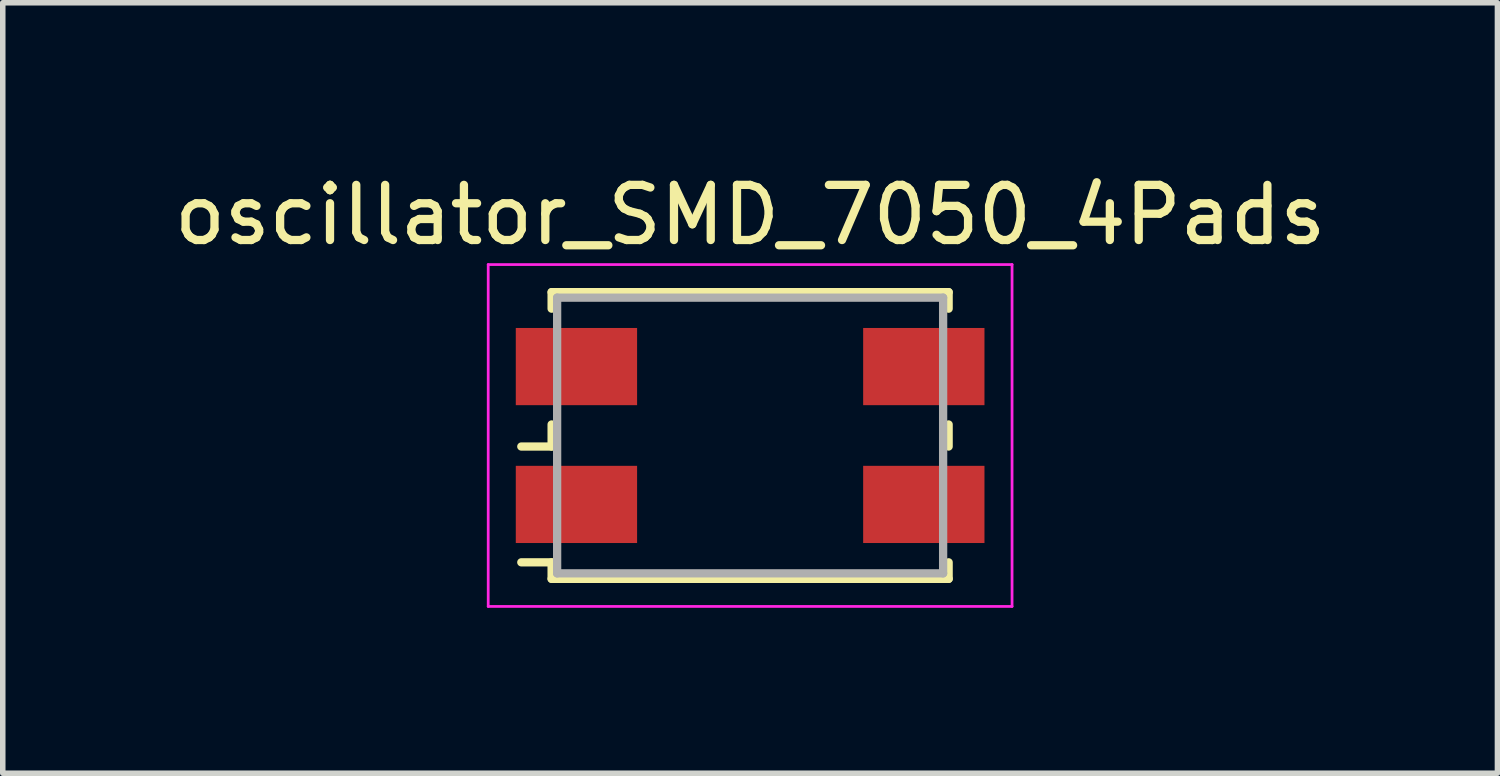
<source format=kicad_pcb>
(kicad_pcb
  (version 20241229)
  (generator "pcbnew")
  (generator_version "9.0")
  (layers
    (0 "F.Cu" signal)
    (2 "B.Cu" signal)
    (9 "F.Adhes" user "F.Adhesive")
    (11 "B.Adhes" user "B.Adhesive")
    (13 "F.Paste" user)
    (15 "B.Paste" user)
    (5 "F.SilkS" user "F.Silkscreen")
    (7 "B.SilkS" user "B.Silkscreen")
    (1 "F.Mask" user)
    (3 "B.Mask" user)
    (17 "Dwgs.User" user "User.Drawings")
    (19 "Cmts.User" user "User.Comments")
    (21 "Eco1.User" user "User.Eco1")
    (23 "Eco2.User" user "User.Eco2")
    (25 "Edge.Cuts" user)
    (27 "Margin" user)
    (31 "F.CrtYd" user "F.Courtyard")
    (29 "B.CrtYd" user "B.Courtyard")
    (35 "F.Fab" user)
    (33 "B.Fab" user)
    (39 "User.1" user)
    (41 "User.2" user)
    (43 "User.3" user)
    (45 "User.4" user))
  (footprint "oscillator_SMD_7050_4Pads"
    (layer "F.Cu")
    (at 10.554 4.848)
    (property "Reference" "oscillator_SMD_7050_4Pads" (at 0 -4 0) (layer "F.SilkS") (effects (font (size 1 1) (thickness 0.15))))
    (attr smd)
    (fp_line (start -3.6 -2.6) (end -3.6 -2.3) (stroke (width 0.15) (type solid)) (layer "F.SilkS"))
    (fp_line (start -3.6 -2.6) (end 3.6 -2.6) (stroke (width 0.15) (type solid)) (layer "F.SilkS"))
    (fp_line (start -3.6 0.2) (end -4.15 0.2) (stroke (width 0.15) (type solid)) (layer "F.SilkS"))
    (fp_line (start -3.6 0.2) (end -3.6 -0.2) (stroke (width 0.15) (type solid)) (layer "F.SilkS"))
    (fp_line (start -3.6 2.3) (end -4.15 2.3) (stroke (width 0.15) (type solid)) (layer "F.SilkS"))
    (fp_line (start -3.6 2.6) (end -3.6 2.3) (stroke (width 0.15) (type solid)) (layer "F.SilkS"))
    (fp_line (start -3.6 2.6) (end 3.6 2.6) (stroke (width 0.15) (type solid)) (layer "F.SilkS"))
    (fp_line (start 3.6 -2.6) (end 3.6 -2.3) (stroke (width 0.15) (type solid)) (layer "F.SilkS"))
    (fp_line (start 3.6 0.2) (end 3.6 -0.2) (stroke (width 0.15) (type solid)) (layer "F.SilkS"))
    (fp_line (start 3.6 2.6) (end 3.6 2.3) (stroke (width 0.15) (type solid)) (layer "F.SilkS"))
    (fp_line (start -4.75 -3.1) (end -4.75 3.1) (stroke (width 0.05) (type solid)) (layer "F.CrtYd"))
    (fp_line (start 4.75 -3.1) (end -4.75 -3.1) (stroke (width 0.05) (type solid)) (layer "F.CrtYd"))
    (fp_line (start 4.75 -3.1) (end 4.75 3.1) (stroke (width 0.05) (type solid)) (layer "F.CrtYd"))
    (fp_line (start 4.75 3.1) (end -4.75 3.1) (stroke (width 0.05) (type solid)) (layer "F.CrtYd"))
    (fp_line (start -3.5 -2.5) (end 3.5 -2.5) (stroke (width 0.15) (type solid)) (layer "F.Fab"))
    (fp_line (start -3.5 2.5) (end -3.5 -2.5) (stroke (width 0.15) (type solid)) (layer "F.Fab"))
    (fp_line (start 3.5 -2.5) (end 3.5 2.5) (stroke (width 0.15) (type solid)) (layer "F.Fab"))
    (fp_line (start 3.5 2.5) (end -3.5 2.5) (stroke (width 0.15) (type solid)) (layer "F.Fab"))
    (pad "1" smd rect (at -3.15 1.25) (size 2.2 1.4) (layers "F.Cu" "F.Mask" "F.Paste"))
    (pad "2" smd rect (at 3.15 1.25) (size 2.2 1.4) (layers "F.Cu" "F.Mask" "F.Paste"))
    (pad "3" smd rect (at 3.15 -1.25) (size 2.2 1.4) (layers "F.Cu" "F.Mask" "F.Paste"))
    (pad "4" smd rect (at -3.15 -1.25) (size 2.2 1.4) (layers "F.Cu" "F.Mask" "F.Paste")))
  (gr_rect
    (start -3 -3)
    (end 24.107 10.973)
    (stroke (width 0.1) (type default))
    (fill no)
    (layer "Edge.Cuts")))
</source>
